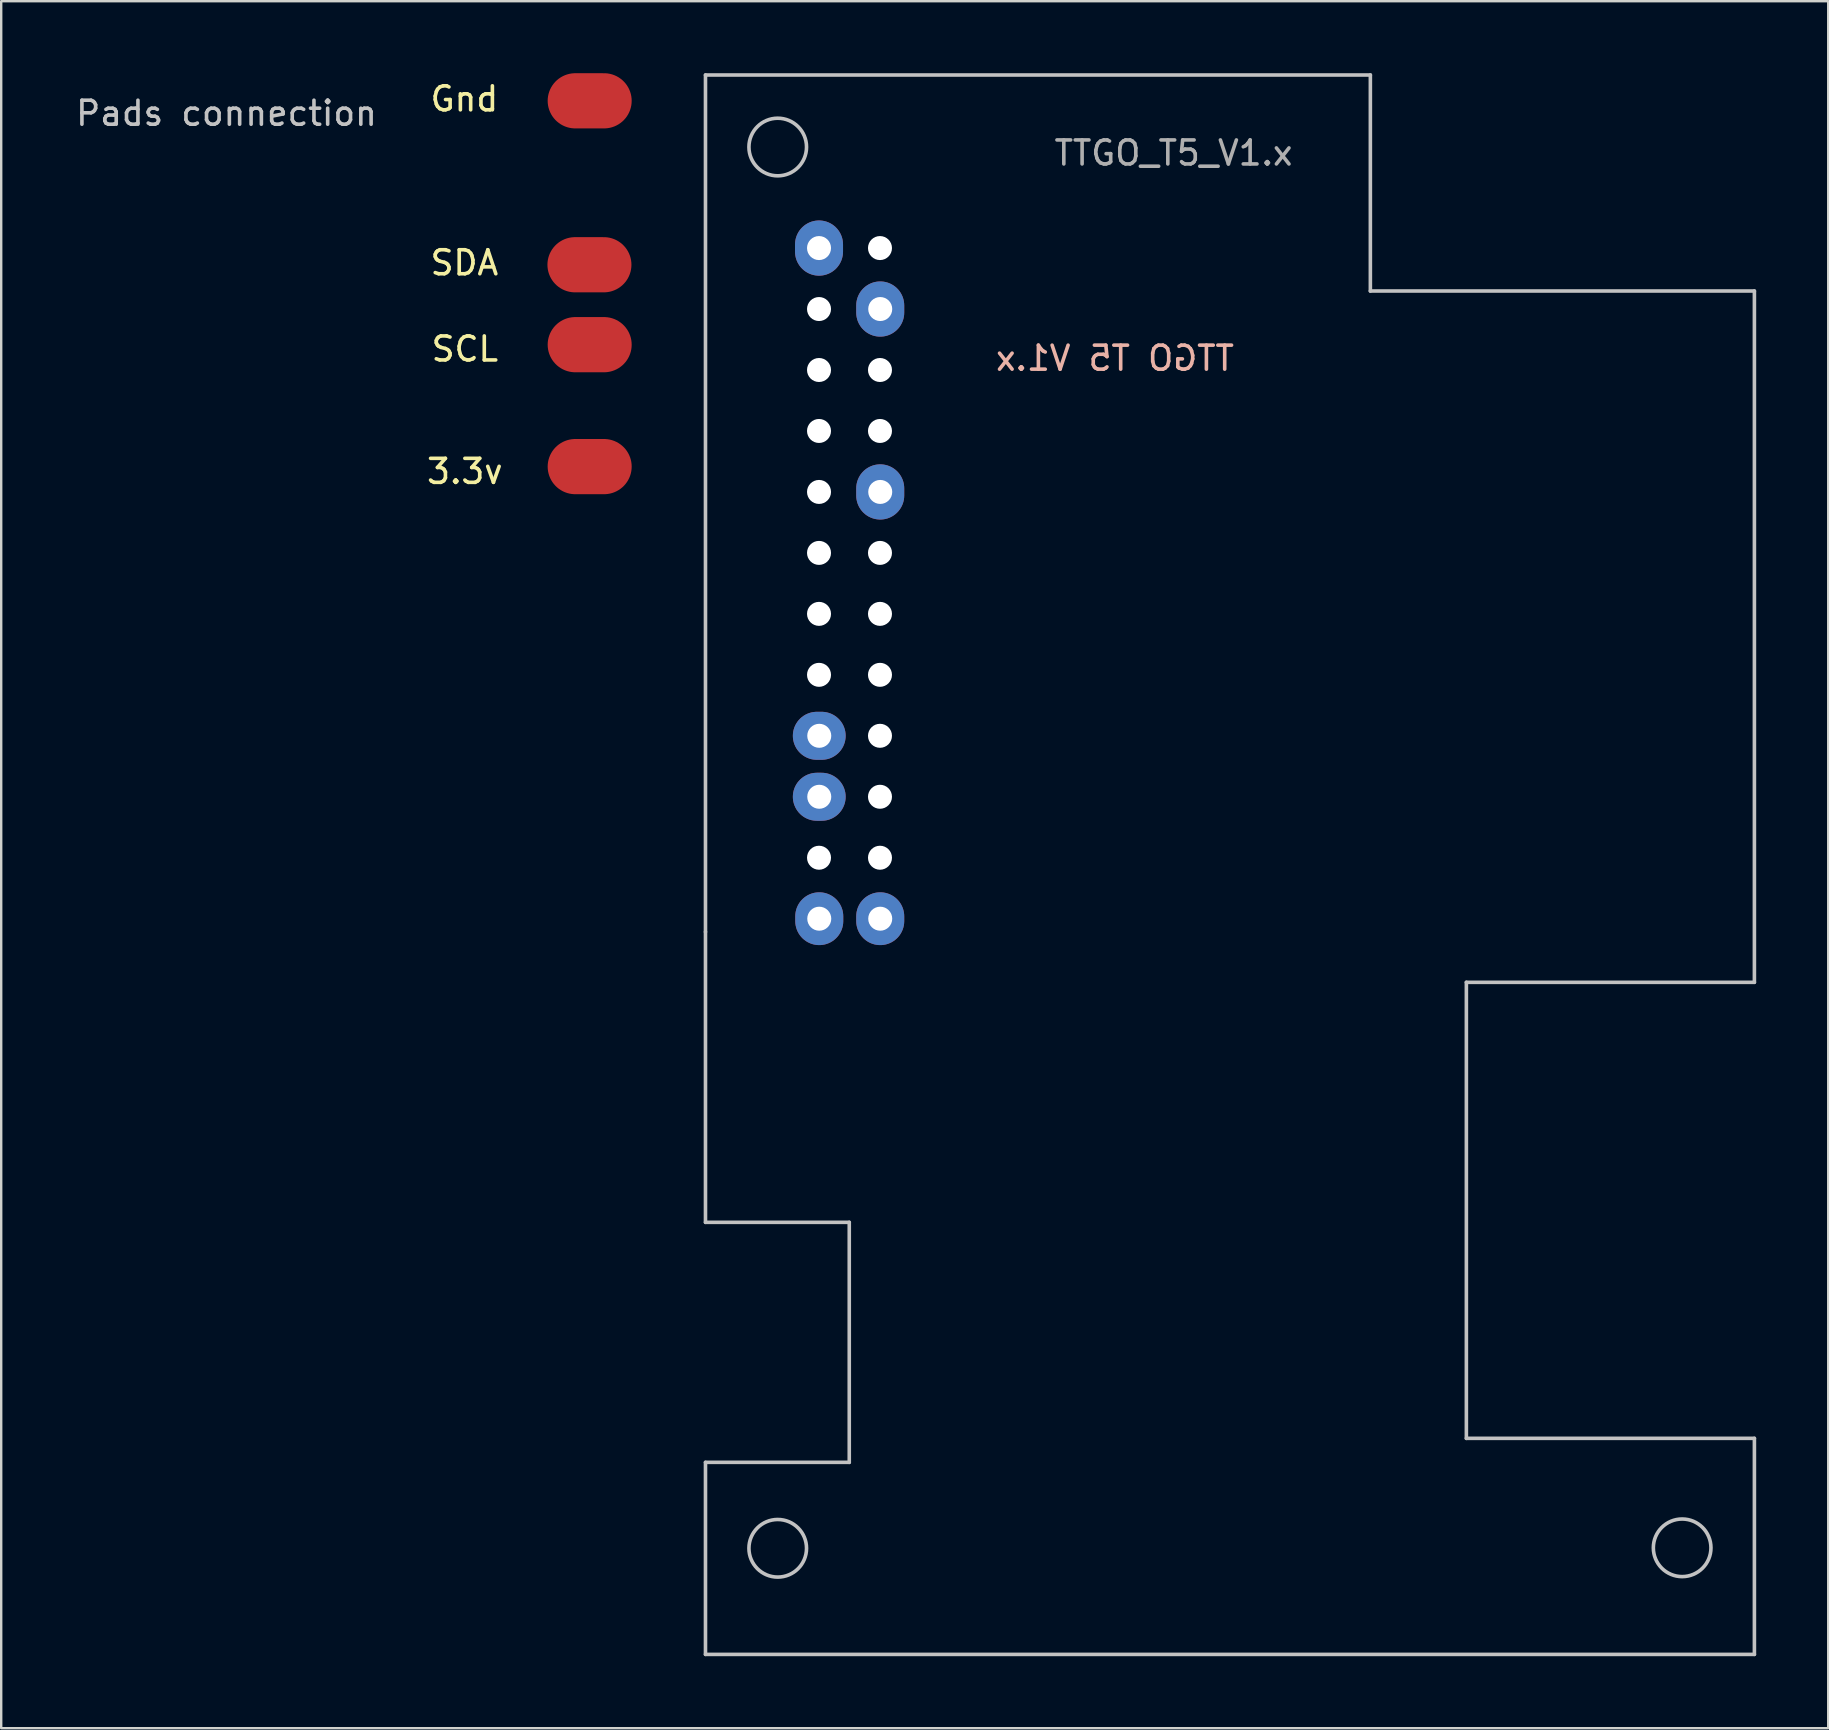
<source format=kicad_pcb>
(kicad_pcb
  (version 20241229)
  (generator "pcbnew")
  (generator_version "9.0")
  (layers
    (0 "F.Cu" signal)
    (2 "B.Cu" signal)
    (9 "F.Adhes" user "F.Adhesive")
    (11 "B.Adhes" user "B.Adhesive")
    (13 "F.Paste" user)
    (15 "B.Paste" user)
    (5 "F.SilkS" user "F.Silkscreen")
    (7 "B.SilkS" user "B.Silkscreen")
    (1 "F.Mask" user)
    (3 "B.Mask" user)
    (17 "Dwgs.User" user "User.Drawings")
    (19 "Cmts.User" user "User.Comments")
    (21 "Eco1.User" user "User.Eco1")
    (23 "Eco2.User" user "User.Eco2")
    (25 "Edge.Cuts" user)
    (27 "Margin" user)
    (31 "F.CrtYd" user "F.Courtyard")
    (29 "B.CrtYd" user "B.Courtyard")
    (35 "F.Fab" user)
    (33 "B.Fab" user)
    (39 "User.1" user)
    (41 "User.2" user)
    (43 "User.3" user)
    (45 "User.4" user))
  (footprint "TTGO_T5_V1.x"
    (layer "F.Cu")
    (at 33.402 35.775)
    (property "Reference" "TTGO_T5_V1.x" (at 12.44 -32.45 0) (layer "F.Fab") (effects (font (size 1 1) (thickness 0.15))))
    (attr through_hole)
    (fp_line (start -7.06 -35.7) (end 20.64 -35.7) (stroke (width 0.15) (type solid)) (layer "Dwgs.User"))
    (fp_line (start -7.06 0) (end -7.06 -35.7) (stroke (width 0.15) (type solid)) (layer "Dwgs.User"))
    (fp_line (start -7.06 12.1) (end -7.06 0) (stroke (width 0.15) (type solid)) (layer "Dwgs.User"))
    (fp_line (start -7.06 22.1) (end -7.06 30.1) (stroke (width 0.15) (type solid)) (layer "Dwgs.User"))
    (fp_line (start -7.06 22.1) (end -1.07 22.1) (stroke (width 0.15) (type solid)) (layer "Dwgs.User"))
    (fp_line (start -1.07 12.1) (end -7.06 12.1) (stroke (width 0.15) (type solid)) (layer "Dwgs.User"))
    (fp_line (start -1.07 22.1) (end -1.07 12.1) (stroke (width 0.15) (type solid)) (layer "Dwgs.User"))
    (fp_line (start 20.64 -35.7) (end 20.64 -26.7) (stroke (width 0.15) (type solid)) (layer "Dwgs.User"))
    (fp_line (start 20.64 -26.7) (end 36.64 -26.7) (stroke (width 0.15) (type solid)) (layer "Dwgs.User"))
    (fp_line (start 24.64 2.1) (end 36.64 2.1) (stroke (width 0.15) (type solid)) (layer "Dwgs.User"))
    (fp_line (start 24.64 21.1) (end 24.64 2.1) (stroke (width 0.15) (type solid)) (layer "Dwgs.User"))
    (fp_line (start 36.64 -26.7) (end 36.64 2.1) (stroke (width 0.15) (type solid)) (layer "Dwgs.User"))
    (fp_line (start 36.64 21.1) (end 24.64 21.1) (stroke (width 0.15) (type solid)) (layer "Dwgs.User"))
    (fp_line (start 36.64 21.1) (end 36.64 30.1) (stroke (width 0.15) (type solid)) (layer "Dwgs.User"))
    (fp_line (start 36.64 30.1) (end -7.06 30.1) (stroke (width 0.15) (type solid)) (layer "Dwgs.User"))
    (fp_circle (center -4.05 -32.7) (end -2.85 -32.7) (stroke (width 0.15) (type solid)) (fill no) (layer "Dwgs.User"))
    (fp_circle (center -4.05 25.68) (end -2.85 25.68) (stroke (width 0.15) (type solid)) (fill no) (layer "Dwgs.User"))
    (fp_circle (center 33.63 25.66) (end 34.83 25.66) (stroke (width 0.15) (type solid)) (fill no) (layer "Dwgs.User"))
    (fp_text user "TTGO T5 V1.x" (at 10 -23.9 0) (layer "B.SilkS") (effects (font (size 1 1) (thickness 0.15)) (justify mirror)))
    (pad "" np_thru_hole circle (at -2.33 -25.95) (size 1 1) (drill 1) (layers "*.Cu" "*.Mask"))
    (pad "" np_thru_hole circle (at -2.33 -23.41) (size 1 1) (drill 1) (layers "*.Cu" "*.Mask"))
    (pad "" np_thru_hole circle (at -2.33 -20.87) (size 1 1) (drill 1) (layers "*.Cu" "*.Mask"))
    (pad "" np_thru_hole circle (at -2.33 -18.33) (size 1 1) (drill 1) (layers "*.Cu" "*.Mask"))
    (pad "" np_thru_hole circle (at -2.33 -15.79) (size 1 1) (drill 1) (layers "*.Cu" "*.Mask"))
    (pad "" np_thru_hole circle (at -2.33 -13.25) (size 1 1) (drill 1) (layers "*.Cu" "*.Mask"))
    (pad "" np_thru_hole circle (at -2.33 -10.71) (size 1 1) (drill 1) (layers "*.Cu" "*.Mask"))
    (pad "" np_thru_hole circle (at -2.33 -3.09) (size 1 1) (drill 1) (layers "*.Cu" "*.Mask"))
    (pad "" np_thru_hole circle (at 0.21 -28.49) (size 1 1) (drill 1) (layers "*.Cu" "*.Mask"))
    (pad "" np_thru_hole circle (at 0.21 -23.41) (size 1 1) (drill 1) (layers "*.Cu" "*.Mask"))
    (pad "" np_thru_hole circle (at 0.21 -20.87) (size 1 1) (drill 1) (layers "*.Cu" "*.Mask"))
    (pad "" np_thru_hole circle (at 0.21 -15.79) (size 1 1) (drill 1) (layers "*.Cu" "*.Mask"))
    (pad "" np_thru_hole circle (at 0.21 -13.25) (size 1 1) (drill 1) (layers "*.Cu" "*.Mask"))
    (pad "" np_thru_hole circle (at 0.21 -10.71) (size 1 1) (drill 1) (layers "*.Cu" "*.Mask"))
    (pad "" np_thru_hole circle (at 0.21 -8.17) (size 1 1) (drill 1) (layers "*.Cu" "*.Mask"))
    (pad "" np_thru_hole circle (at 0.21 -5.63) (size 1 1) (drill 1) (layers "*.Cu" "*.Mask"))
    (pad "" np_thru_hole circle (at 0.21 -3.09) (size 1 1) (drill 1) (layers "*.Cu" "*.Mask"))
    (pad "1" thru_hole oval (at -2.32 -0.55) (size 2 2.2) (drill 1) (layers "*.Cu" "*.Mask"))
    (pad "3" thru_hole oval (at -2.32 -5.63) (size 2.2 2) (drill 1) (layers "*.Cu" "*.Mask"))
    (pad "4" thru_hole oval (at -2.32 -8.17) (size 2.2 2) (drill 1) (layers "*.Cu" "*.Mask"))
    (pad "12" thru_hole oval (at -2.33 -28.49) (size 2 2.3) (drill 1) (layers "*.Cu" "*.Mask"))
    (pad "13" thru_hole oval (at 0.22 -0.55) (size 2 2.2) (drill 1) (layers "*.Cu" "*.Mask"))
    (pad "20" thru_hole oval (at 0.22 -18.33) (size 2 2.3) (drill 1) (layers "*.Cu" "*.Mask"))
    (pad "23" thru_hole oval (at 0.22 -25.95) (size 2 2.3) (drill 1) (layers "*.Cu" "*.Mask")))
  (footprint "Pads connection"
    (layer "F.Cu")
    (at 21.517 3.69)
    (property "Reference" "Pads connection" (at -15.13 -2.02 0) (layer "Dwgs.User") (effects (font (size 1 1) (thickness 0.15))))
    (attr through_hole)
    (fp_text user "Gnd" (at -5.22 -2.62 0) (layer "F.SilkS") (effects (font (size 1 1) (thickness 0.15))))
    (fp_text user "3.3v" (at -5.2 12.9 0) (layer "F.SilkS") (effects (font (size 1 1) (thickness 0.15))))
    (fp_text user "SDA" (at -5.22 4.21 0) (layer "F.SilkS") (effects (font (size 1 1) (thickness 0.15))))
    (fp_text user "SCL" (at -5.2 7.8 0) (layer "F.SilkS") (effects (font (size 1 1) (thickness 0.15))))
    (pad "1" smd oval (at 0 -2.54) (size 3.5 2.3) (layers "F.Cu" "F.Mask"))
    (pad "3" smd oval (at -0.01 4.29) (size 3.5 2.3) (layers "F.Cu" "F.Mask"))
    (pad "4" smd oval (at 0 7.62) (size 3.5 2.3) (layers "F.Cu" "F.Mask"))
    (pad "5" smd oval (at 0 12.7) (size 3.5 2.3) (layers "F.Cu" "F.Mask")))
  (gr_rect
    (start -3 -3)
    (end 73.117 68.95)
    (stroke (width 0.1) (type default))
    (fill no)
    (layer "Edge.Cuts")))
</source>
